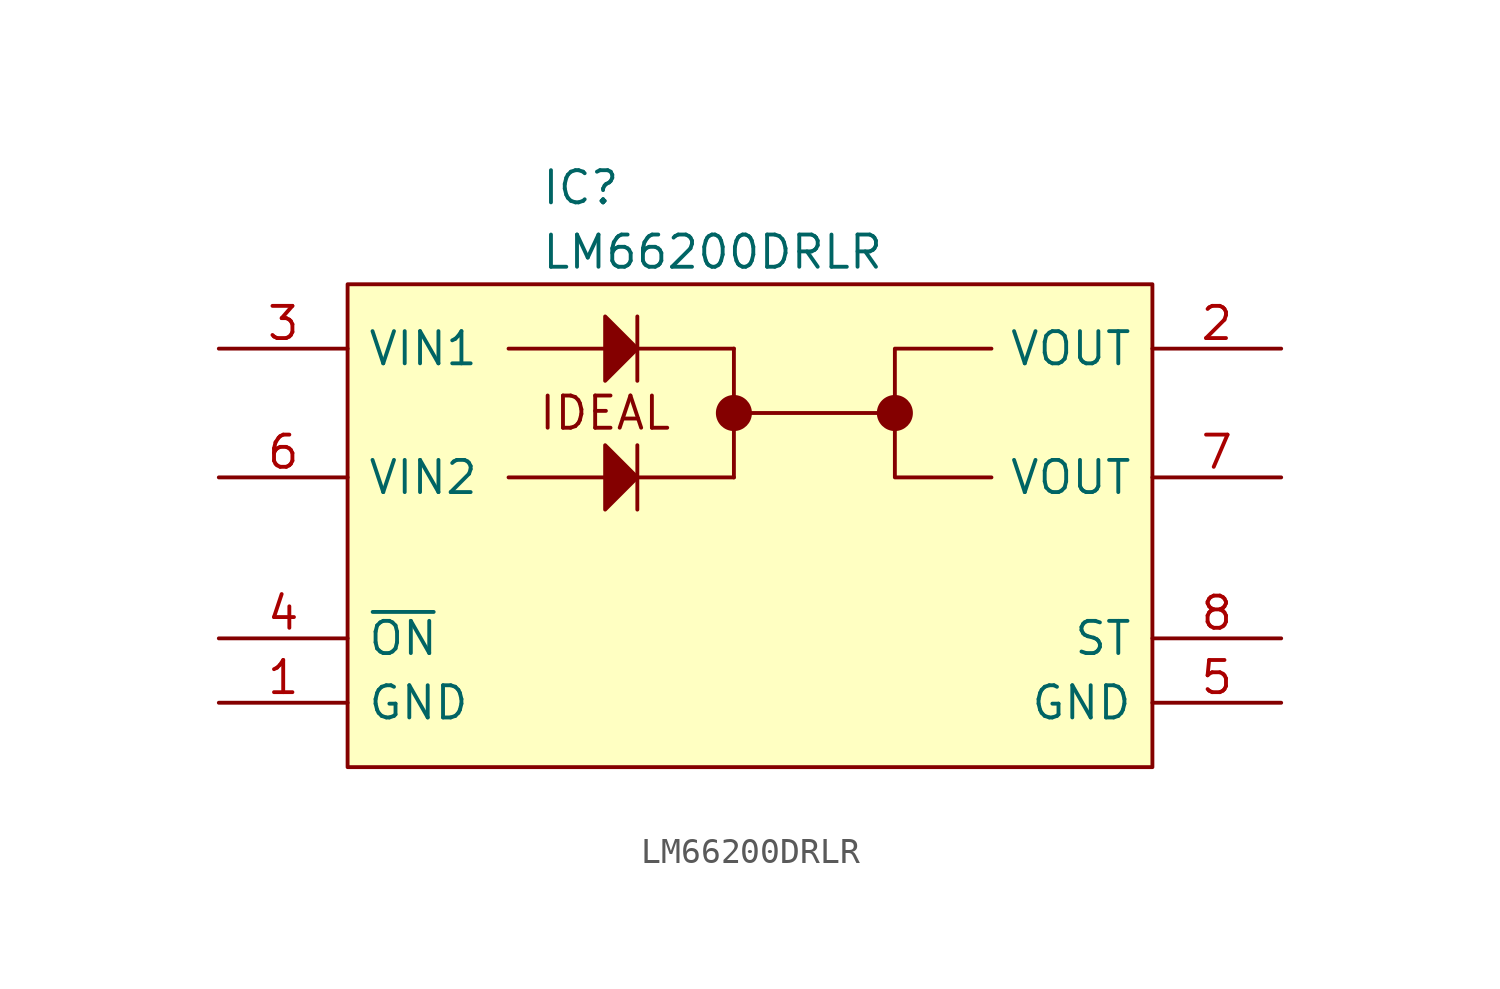
<source format=kicad_sym>
(kicad_symbol_lib
  (version 20211014)
  (generator kicad_symbol_editor)
  (symbol "LM66200DRLR"
    (pin_names
      (offset 0.762))
    (property "Reference" "IC"
      (at -8.89 13.97 0)
      (effects (font (size 1.27 1.27)) (justify left)))
    (property "Value" "LM66200DRLR"
      (at -8.89 11.43 0)
      (effects (font (size 1.27 1.27)) (justify left)))
    (symbol "LM66200DRLR_0_0"
      (text "IDEAL" (at -6.35 5.08 0) (effects (font (size 1.27 1.27))))
      (pin passive line (at -21.59 -6.35 0) (length 5.08) (name "GND" (effects (font (size 1.27 1.27)))) (number "1" (effects (font (size 1.27 1.27)))))
      (pin passive line (at 20.32 7.62 180) (length 5.08) (name "VOUT" (effects (font (size 1.27 1.27)))) (number "2" (effects (font (size 1.27 1.27)))))
      (pin passive line (at -21.59 7.62 0) (length 5.08) (name "VIN1" (effects (font (size 1.27 1.27)))) (number "3" (effects (font (size 1.27 1.27)))))
      (pin passive line (at -21.59 -3.81 0) (length 5.08) (name "~{ON}" (effects (font (size 1.27 1.27)))) (number "4" (effects (font (size 1.27 1.27)))))
      (pin passive line (at 20.32 -6.35 180) (length 5.08) (name "GND" (effects (font (size 1.27 1.27)))) (number "5" (effects (font (size 1.27 1.27)))))
      (pin passive line (at -21.59 2.54 0) (length 5.08) (name "VIN2" (effects (font (size 1.27 1.27)))) (number "6" (effects (font (size 1.27 1.27)))))
      (pin passive line (at 20.32 2.54 180) (length 5.08) (name "VOUT" (effects (font (size 1.27 1.27)))) (number "7" (effects (font (size 1.27 1.27)))))
      (pin passive line (at 20.32 -3.81 180) (length 5.08) (name "ST" (effects (font (size 1.27 1.27)))) (number "8" (effects (font (size 1.27 1.27))))))
    (symbol "LM66200DRLR_0_1"
      (circle (center -1.27 5.08) (radius 0.635) (stroke (width 0) (type default) (color 0 0 0 0)) (fill (type outline)))
      (polyline (pts (xy -10.16 2.54) (xy -1.27 2.54)) (stroke (width 0) (type default) (color 0 0 0 0)) (fill (type none)))
      (polyline (pts (xy -10.16 7.62) (xy -1.27 7.62)) (stroke (width 0) (type default) (color 0 0 0 0)) (fill (type none)))
      (polyline (pts (xy -5.08 3.81) (xy -5.08 1.27)) (stroke (width 0) (type default) (color 0 0 0 0)) (fill (type none)))
      (polyline (pts (xy -5.08 8.89) (xy -5.08 6.35)) (stroke (width 0) (type default) (color 0 0 0 0)) (fill (type none)))
      (polyline (pts (xy -1.27 5.08) (xy 5.08 5.08)) (stroke (width 0) (type default) (color 0 0 0 0)) (fill (type none)))
      (polyline (pts (xy -1.27 7.62) (xy -1.27 2.54)) (stroke (width 0) (type default) (color 0 0 0 0)) (fill (type none)))
      (polyline (pts (xy 5.08 5.08) (xy 5.08 2.54) (xy 8.89 2.54)) (stroke (width 0) (type default) (color 0 0 0 0)) (fill (type none)))
      (polyline (pts (xy 5.08 5.08) (xy 5.08 7.62) (xy 8.89 7.62)) (stroke (width 0) (type default) (color 0 0 0 0)) (fill (type none)))
      (polyline (pts (xy -5.08 2.54) (xy -6.35 1.27) (xy -6.35 3.81) (xy -5.08 2.54)) (stroke (width 0) (type default) (color 0 0 0 0)) (fill (type outline)))
      (polyline (pts (xy -5.08 7.62) (xy -6.35 6.35) (xy -6.35 8.89) (xy -5.08 7.62)) (stroke (width 0) (type default) (color 0 0 0 0)) (fill (type outline)))
      (polyline (pts (xy -16.51 10.16) (xy 15.24 10.16) (xy 15.24 -8.89) (xy -16.51 -8.89) (xy -16.51 10.16)) (stroke (width 0.152) (type default) (color 0 0 0 0)) (fill (type background)))
      (circle (center 5.08 5.08) (radius 0.635) (stroke (width 0) (type default) (color 0 0 0 0)) (fill (type outline))))))
</source>
